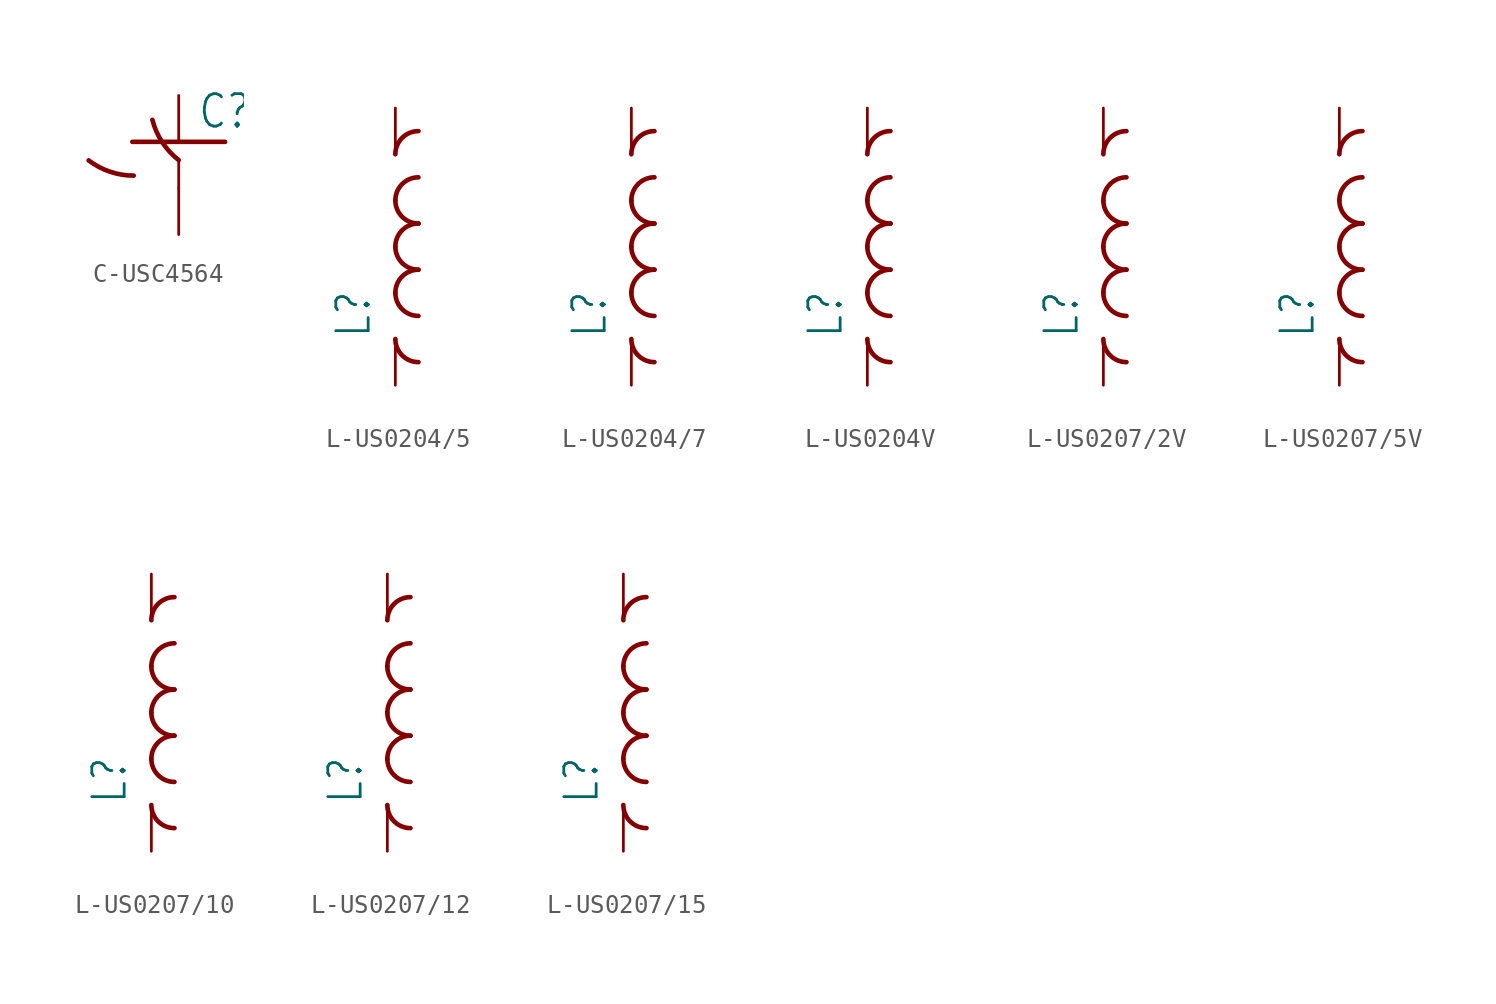
<source format=kicad_sym>
(kicad_symbol_lib
  (version 20241209)
  (generator "kicad_symbol_editor")
  (generator_version "9.0")
  (symbol "C-USC4564"
    (property "Reference" "C"
      (at 1.016 0.635 0)
      (effects (font (size 1.778 1.511)) (justify left bottom)))
    (property "Value" ""
      (at 1.016 -4.191 0)
      (effects (font (size 1.778 1.511)) (justify left bottom)))
    (property "ki_locked" ""
      (at 0 0 0)
      (effects (font (size 1.27 1.27))))
    (symbol "C-USC4564_1_0"
      (polyline (pts (xy -2.54 0) (xy 2.54 0)) (stroke (width 0.254) (type solid)) (fill (type none)))
      (arc (start -2.4668 -1.8504) (mid -3.7688 -1.6361) (end -4.9335 -1.016) (stroke (width 0.254) (type solid)) (fill (type none)))
      (polyline (pts (xy 0 -1.016) (xy 0 -2.54)) (stroke (width 0.152) (type solid)) (fill (type none)))
      (arc (start 0 -1) (mid -0.9038 -0.0189) (end -1.4403 1.2025) (stroke (width 0.254) (type solid)) (fill (type none)))
      (pin passive line (at 0 2.54 270) (length 2.54) (name "1" (effects (font (size 0 0)))) (number "1" (effects (font (size 0 0)))))
      (pin passive line (at 0 -5.08 90) (length 2.54) (name "2" (effects (font (size 0 0)))) (number "2" (effects (font (size 0 0)))))))
  (symbol "L-US0204/5"
    (property "Reference" "L"
      (at -1.27 -5.08 90)
      (effects (font (size 1.778 1.511)) (justify left bottom)))
    (property "Value" ""
      (at 3.81 -5.08 90)
      (effects (font (size 1.778 1.511)) (justify left bottom)))
    (property "ki_locked" ""
      (at 0 0 0)
      (effects (font (size 1.27 1.27))))
    (symbol "L-US0204/5_1_0"
      (arc (start 0 5.08) (mid 0.372 5.978) (end 1.27 6.35) (stroke (width 0.254) (type solid)) (fill (type none)))
      (arc (start 0 2.54) (mid 0.372 3.438) (end 1.27 3.81) (stroke (width 0.254) (type solid)) (fill (type none)))
      (arc (start 1.27 1.27) (mid 0.372 1.642) (end 0 2.54) (stroke (width 0.254) (type solid)) (fill (type none)))
      (arc (start 0 0) (mid 0.372 0.898) (end 1.27 1.27) (stroke (width 0.254) (type solid)) (fill (type none)))
      (arc (start 1.27 -1.27) (mid 0.372 -0.898) (end 0 0) (stroke (width 0.254) (type solid)) (fill (type none)))
      (arc (start 0 -2.54) (mid 0.372 -1.642) (end 1.27 -1.27) (stroke (width 0.254) (type solid)) (fill (type none)))
      (arc (start 1.27 -3.81) (mid 0.372 -3.438) (end 0 -2.54) (stroke (width 0.254) (type solid)) (fill (type none)))
      (arc (start 1.27 -6.35) (mid 0.372 -5.978) (end 0 -5.08) (stroke (width 0.254) (type solid)) (fill (type none)))
      (pin passive line (at 0 7.62 270) (length 2.54) (name "1" (effects (font (size 0 0)))) (number "1" (effects (font (size 0 0)))))
      (pin passive line (at 0 -7.62 90) (length 2.54) (name "2" (effects (font (size 0 0)))) (number "2" (effects (font (size 0 0)))))))
  (symbol "L-US0204/7"
    (property "Reference" "L"
      (at -1.27 -5.08 90)
      (effects (font (size 1.778 1.511)) (justify left bottom)))
    (property "Value" ""
      (at 3.81 -5.08 90)
      (effects (font (size 1.778 1.511)) (justify left bottom)))
    (property "ki_locked" ""
      (at 0 0 0)
      (effects (font (size 1.27 1.27))))
    (symbol "L-US0204/7_1_0"
      (arc (start 0 5.08) (mid 0.372 5.978) (end 1.27 6.35) (stroke (width 0.254) (type solid)) (fill (type none)))
      (arc (start 0 2.54) (mid 0.372 3.438) (end 1.27 3.81) (stroke (width 0.254) (type solid)) (fill (type none)))
      (arc (start 1.27 1.27) (mid 0.372 1.642) (end 0 2.54) (stroke (width 0.254) (type solid)) (fill (type none)))
      (arc (start 0 0) (mid 0.372 0.898) (end 1.27 1.27) (stroke (width 0.254) (type solid)) (fill (type none)))
      (arc (start 1.27 -1.27) (mid 0.372 -0.898) (end 0 0) (stroke (width 0.254) (type solid)) (fill (type none)))
      (arc (start 0 -2.54) (mid 0.372 -1.642) (end 1.27 -1.27) (stroke (width 0.254) (type solid)) (fill (type none)))
      (arc (start 1.27 -3.81) (mid 0.372 -3.438) (end 0 -2.54) (stroke (width 0.254) (type solid)) (fill (type none)))
      (arc (start 1.27 -6.35) (mid 0.372 -5.978) (end 0 -5.08) (stroke (width 0.254) (type solid)) (fill (type none)))
      (pin passive line (at 0 7.62 270) (length 2.54) (name "1" (effects (font (size 0 0)))) (number "1" (effects (font (size 0 0)))))
      (pin passive line (at 0 -7.62 90) (length 2.54) (name "2" (effects (font (size 0 0)))) (number "2" (effects (font (size 0 0)))))))
  (symbol "L-US0204V"
    (property "Reference" "L"
      (at -1.27 -5.08 90)
      (effects (font (size 1.778 1.511)) (justify left bottom)))
    (property "Value" ""
      (at 3.81 -5.08 90)
      (effects (font (size 1.778 1.511)) (justify left bottom)))
    (property "ki_locked" ""
      (at 0 0 0)
      (effects (font (size 1.27 1.27))))
    (symbol "L-US0204V_1_0"
      (arc (start 0 5.08) (mid 0.372 5.978) (end 1.27 6.35) (stroke (width 0.254) (type solid)) (fill (type none)))
      (arc (start 0 2.54) (mid 0.372 3.438) (end 1.27 3.81) (stroke (width 0.254) (type solid)) (fill (type none)))
      (arc (start 1.27 1.27) (mid 0.372 1.642) (end 0 2.54) (stroke (width 0.254) (type solid)) (fill (type none)))
      (arc (start 0 0) (mid 0.372 0.898) (end 1.27 1.27) (stroke (width 0.254) (type solid)) (fill (type none)))
      (arc (start 1.27 -1.27) (mid 0.372 -0.898) (end 0 0) (stroke (width 0.254) (type solid)) (fill (type none)))
      (arc (start 0 -2.54) (mid 0.372 -1.642) (end 1.27 -1.27) (stroke (width 0.254) (type solid)) (fill (type none)))
      (arc (start 1.27 -3.81) (mid 0.372 -3.438) (end 0 -2.54) (stroke (width 0.254) (type solid)) (fill (type none)))
      (arc (start 1.27 -6.35) (mid 0.372 -5.978) (end 0 -5.08) (stroke (width 0.254) (type solid)) (fill (type none)))
      (pin passive line (at 0 7.62 270) (length 2.54) (name "1" (effects (font (size 0 0)))) (number "1" (effects (font (size 0 0)))))
      (pin passive line (at 0 -7.62 90) (length 2.54) (name "2" (effects (font (size 0 0)))) (number "2" (effects (font (size 0 0)))))))
  (symbol "L-US0207/2V"
    (property "Reference" "L"
      (at -1.27 -5.08 90)
      (effects (font (size 1.778 1.511)) (justify left bottom)))
    (property "Value" ""
      (at 3.81 -5.08 90)
      (effects (font (size 1.778 1.511)) (justify left bottom)))
    (property "ki_locked" ""
      (at 0 0 0)
      (effects (font (size 1.27 1.27))))
    (symbol "L-US0207/2V_1_0"
      (arc (start 0 5.08) (mid 0.372 5.978) (end 1.27 6.35) (stroke (width 0.254) (type solid)) (fill (type none)))
      (arc (start 0 2.54) (mid 0.372 3.438) (end 1.27 3.81) (stroke (width 0.254) (type solid)) (fill (type none)))
      (arc (start 1.27 1.27) (mid 0.372 1.642) (end 0 2.54) (stroke (width 0.254) (type solid)) (fill (type none)))
      (arc (start 0 0) (mid 0.372 0.898) (end 1.27 1.27) (stroke (width 0.254) (type solid)) (fill (type none)))
      (arc (start 1.27 -1.27) (mid 0.372 -0.898) (end 0 0) (stroke (width 0.254) (type solid)) (fill (type none)))
      (arc (start 0 -2.54) (mid 0.372 -1.642) (end 1.27 -1.27) (stroke (width 0.254) (type solid)) (fill (type none)))
      (arc (start 1.27 -3.81) (mid 0.372 -3.438) (end 0 -2.54) (stroke (width 0.254) (type solid)) (fill (type none)))
      (arc (start 1.27 -6.35) (mid 0.372 -5.978) (end 0 -5.08) (stroke (width 0.254) (type solid)) (fill (type none)))
      (pin passive line (at 0 7.62 270) (length 2.54) (name "1" (effects (font (size 0 0)))) (number "1" (effects (font (size 0 0)))))
      (pin passive line (at 0 -7.62 90) (length 2.54) (name "2" (effects (font (size 0 0)))) (number "2" (effects (font (size 0 0)))))))
  (symbol "L-US0207/5V"
    (property "Reference" "L"
      (at -1.27 -5.08 90)
      (effects (font (size 1.778 1.511)) (justify left bottom)))
    (property "Value" ""
      (at 3.81 -5.08 90)
      (effects (font (size 1.778 1.511)) (justify left bottom)))
    (property "ki_locked" ""
      (at 0 0 0)
      (effects (font (size 1.27 1.27))))
    (symbol "L-US0207/5V_1_0"
      (arc (start 0 5.08) (mid 0.372 5.978) (end 1.27 6.35) (stroke (width 0.254) (type solid)) (fill (type none)))
      (arc (start 0 2.54) (mid 0.372 3.438) (end 1.27 3.81) (stroke (width 0.254) (type solid)) (fill (type none)))
      (arc (start 1.27 1.27) (mid 0.372 1.642) (end 0 2.54) (stroke (width 0.254) (type solid)) (fill (type none)))
      (arc (start 0 0) (mid 0.372 0.898) (end 1.27 1.27) (stroke (width 0.254) (type solid)) (fill (type none)))
      (arc (start 1.27 -1.27) (mid 0.372 -0.898) (end 0 0) (stroke (width 0.254) (type solid)) (fill (type none)))
      (arc (start 0 -2.54) (mid 0.372 -1.642) (end 1.27 -1.27) (stroke (width 0.254) (type solid)) (fill (type none)))
      (arc (start 1.27 -3.81) (mid 0.372 -3.438) (end 0 -2.54) (stroke (width 0.254) (type solid)) (fill (type none)))
      (arc (start 1.27 -6.35) (mid 0.372 -5.978) (end 0 -5.08) (stroke (width 0.254) (type solid)) (fill (type none)))
      (pin passive line (at 0 7.62 270) (length 2.54) (name "1" (effects (font (size 0 0)))) (number "1" (effects (font (size 0 0)))))
      (pin passive line (at 0 -7.62 90) (length 2.54) (name "2" (effects (font (size 0 0)))) (number "2" (effects (font (size 0 0)))))))
  (symbol "L-US0207/10"
    (property "Reference" "L"
      (at -1.27 -5.08 90)
      (effects (font (size 1.778 1.511)) (justify left bottom)))
    (property "Value" ""
      (at 3.81 -5.08 90)
      (effects (font (size 1.778 1.511)) (justify left bottom)))
    (property "ki_locked" ""
      (at 0 0 0)
      (effects (font (size 1.27 1.27))))
    (symbol "L-US0207/10_1_0"
      (arc (start 0 5.08) (mid 0.372 5.978) (end 1.27 6.35) (stroke (width 0.254) (type solid)) (fill (type none)))
      (arc (start 0 2.54) (mid 0.372 3.438) (end 1.27 3.81) (stroke (width 0.254) (type solid)) (fill (type none)))
      (arc (start 1.27 1.27) (mid 0.372 1.642) (end 0 2.54) (stroke (width 0.254) (type solid)) (fill (type none)))
      (arc (start 0 0) (mid 0.372 0.898) (end 1.27 1.27) (stroke (width 0.254) (type solid)) (fill (type none)))
      (arc (start 1.27 -1.27) (mid 0.372 -0.898) (end 0 0) (stroke (width 0.254) (type solid)) (fill (type none)))
      (arc (start 0 -2.54) (mid 0.372 -1.642) (end 1.27 -1.27) (stroke (width 0.254) (type solid)) (fill (type none)))
      (arc (start 1.27 -3.81) (mid 0.372 -3.438) (end 0 -2.54) (stroke (width 0.254) (type solid)) (fill (type none)))
      (arc (start 1.27 -6.35) (mid 0.372 -5.978) (end 0 -5.08) (stroke (width 0.254) (type solid)) (fill (type none)))
      (pin passive line (at 0 7.62 270) (length 2.54) (name "1" (effects (font (size 0 0)))) (number "1" (effects (font (size 0 0)))))
      (pin passive line (at 0 -7.62 90) (length 2.54) (name "2" (effects (font (size 0 0)))) (number "2" (effects (font (size 0 0)))))))
  (symbol "L-US0207/12"
    (property "Reference" "L"
      (at -1.27 -5.08 90)
      (effects (font (size 1.778 1.511)) (justify left bottom)))
    (property "Value" ""
      (at 3.81 -5.08 90)
      (effects (font (size 1.778 1.511)) (justify left bottom)))
    (property "ki_locked" ""
      (at 0 0 0)
      (effects (font (size 1.27 1.27))))
    (symbol "L-US0207/12_1_0"
      (arc (start 0 5.08) (mid 0.372 5.978) (end 1.27 6.35) (stroke (width 0.254) (type solid)) (fill (type none)))
      (arc (start 0 2.54) (mid 0.372 3.438) (end 1.27 3.81) (stroke (width 0.254) (type solid)) (fill (type none)))
      (arc (start 1.27 1.27) (mid 0.372 1.642) (end 0 2.54) (stroke (width 0.254) (type solid)) (fill (type none)))
      (arc (start 0 0) (mid 0.372 0.898) (end 1.27 1.27) (stroke (width 0.254) (type solid)) (fill (type none)))
      (arc (start 1.27 -1.27) (mid 0.372 -0.898) (end 0 0) (stroke (width 0.254) (type solid)) (fill (type none)))
      (arc (start 0 -2.54) (mid 0.372 -1.642) (end 1.27 -1.27) (stroke (width 0.254) (type solid)) (fill (type none)))
      (arc (start 1.27 -3.81) (mid 0.372 -3.438) (end 0 -2.54) (stroke (width 0.254) (type solid)) (fill (type none)))
      (arc (start 1.27 -6.35) (mid 0.372 -5.978) (end 0 -5.08) (stroke (width 0.254) (type solid)) (fill (type none)))
      (pin passive line (at 0 7.62 270) (length 2.54) (name "1" (effects (font (size 0 0)))) (number "1" (effects (font (size 0 0)))))
      (pin passive line (at 0 -7.62 90) (length 2.54) (name "2" (effects (font (size 0 0)))) (number "2" (effects (font (size 0 0)))))))
  (symbol "L-US0207/15"
    (property "Reference" "L"
      (at -1.27 -5.08 90)
      (effects (font (size 1.778 1.511)) (justify left bottom)))
    (property "Value" ""
      (at 3.81 -5.08 90)
      (effects (font (size 1.778 1.511)) (justify left bottom)))
    (property "ki_locked" ""
      (at 0 0 0)
      (effects (font (size 1.27 1.27))))
    (symbol "L-US0207/15_1_0"
      (arc (start 0 5.08) (mid 0.372 5.978) (end 1.27 6.35) (stroke (width 0.254) (type solid)) (fill (type none)))
      (arc (start 0 2.54) (mid 0.372 3.438) (end 1.27 3.81) (stroke (width 0.254) (type solid)) (fill (type none)))
      (arc (start 1.27 1.27) (mid 0.372 1.642) (end 0 2.54) (stroke (width 0.254) (type solid)) (fill (type none)))
      (arc (start 0 0) (mid 0.372 0.898) (end 1.27 1.27) (stroke (width 0.254) (type solid)) (fill (type none)))
      (arc (start 1.27 -1.27) (mid 0.372 -0.898) (end 0 0) (stroke (width 0.254) (type solid)) (fill (type none)))
      (arc (start 0 -2.54) (mid 0.372 -1.642) (end 1.27 -1.27) (stroke (width 0.254) (type solid)) (fill (type none)))
      (arc (start 1.27 -3.81) (mid 0.372 -3.438) (end 0 -2.54) (stroke (width 0.254) (type solid)) (fill (type none)))
      (arc (start 1.27 -6.35) (mid 0.372 -5.978) (end 0 -5.08) (stroke (width 0.254) (type solid)) (fill (type none)))
      (pin passive line (at 0 7.62 270) (length 2.54) (name "1" (effects (font (size 0 0)))) (number "1" (effects (font (size 0 0)))))
      (pin passive line (at 0 -7.62 90) (length 2.54) (name "2" (effects (font (size 0 0)))) (number "2" (effects (font (size 0 0))))))))
</source>
